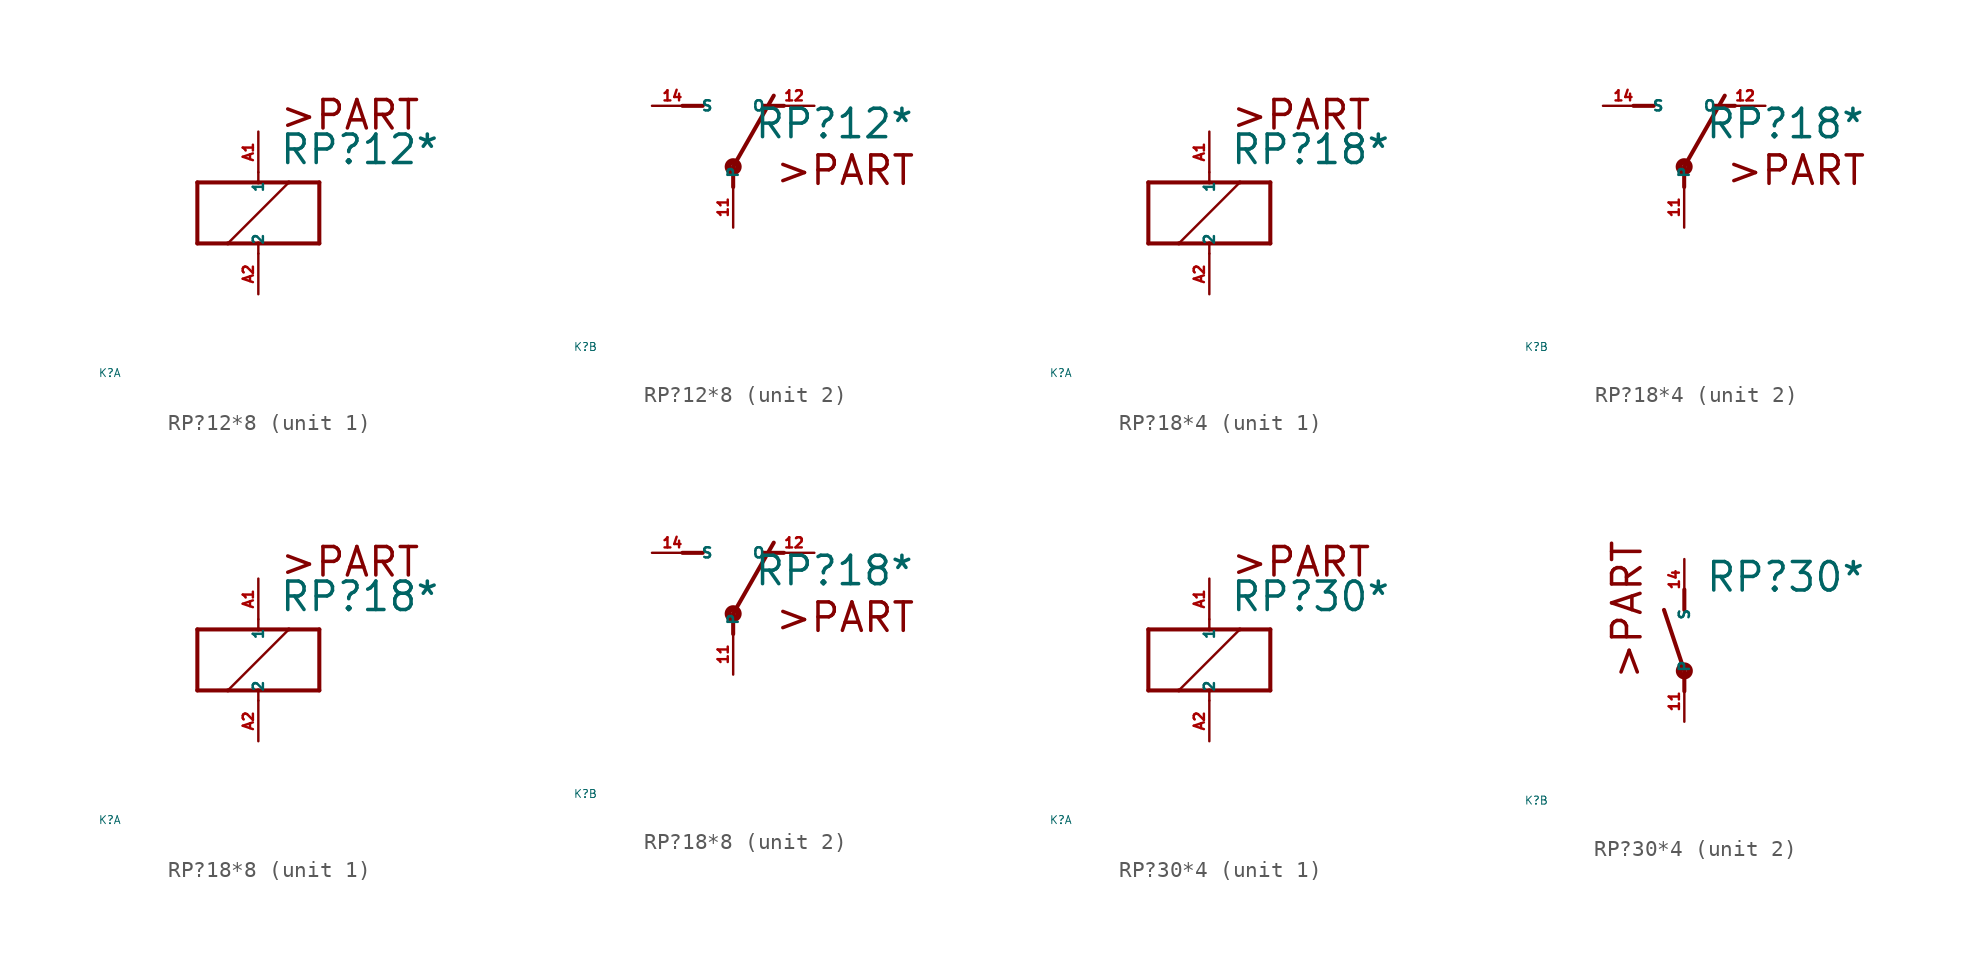
<source format=kicad_sym>
(kicad_symbol_lib
  (version 20220914)
  (generator Eagle2Kicad)
  (symbol "RP?12*8"
    (property "Reference" "K"
      (at -10 -10 0)
      (effects (font (size 0.5 0.5) (thickness 0.06)) (justify left)))
    (property "Value" "RP?12*"
      (at 1.27 2.921 0)
      (effects (font (size 1.778 1.778) (thickness 0.22)) (justify left bottom)))
    (symbol "RP?12*8_1_0"
      (polyline (pts (xy -3.81 -1.905) (xy -1.905 -1.905)) (stroke (width 0.254) (type default)) (fill (type none)))
      (polyline (pts (xy 3.81 -1.905) (xy 3.81 1.905)) (stroke (width 0.254) (type default)) (fill (type none)))
      (polyline (pts (xy 3.81 1.905) (xy 1.905 1.905)) (stroke (width 0.254) (type default)) (fill (type none)))
      (polyline (pts (xy -3.81 1.905) (xy -3.81 -1.905)) (stroke (width 0.254) (type default)) (fill (type none)))
      (polyline (pts (xy 0 -2.54) (xy 0 -1.905)) (stroke (width 0.152) (type default)) (fill (type none)))
      (polyline (pts (xy 0 -1.905) (xy 3.81 -1.905)) (stroke (width 0.254) (type default)) (fill (type none)))
      (polyline (pts (xy 0 2.54) (xy 0 1.905)) (stroke (width 0.152) (type default)) (fill (type none)))
      (polyline (pts (xy 0 1.905) (xy -3.81 1.905)) (stroke (width 0.254) (type default)) (fill (type none)))
      (polyline (pts (xy -1.905 -1.905) (xy 1.905 1.905)) (stroke (width 0.152) (type default)) (fill (type none)))
      (polyline (pts (xy -1.905 -1.905) (xy 0 -1.905)) (stroke (width 0.254) (type default)) (fill (type none)))
      (polyline (pts (xy 1.905 1.905) (xy 0 1.905)) (stroke (width 0.254) (type default)) (fill (type none)))
      (text ">PART" (at 1.27 5.08 0) (effects (font (size 1.778 1.778) (thickness 0.22)) (justify left bottom)))
      (pin passive line (at 0 -5.08 90) (length 2.54) (name "2" (effects (font (size 0.635 0.635) (thickness 0.08)) (justify left bottom))) (number "A2" (effects (font (size 0.635 0.635) (thickness 0.08)) (justify left bottom))))
      (pin passive line (at 0 5.08 270) (length 2.54) (name "1" (effects (font (size 0.635 0.635) (thickness 0.08)) (justify left bottom))) (number "A1" (effects (font (size 0.635 0.635) (thickness 0.08)) (justify left bottom)))))
    (symbol "RP?12*8_2_0"
      (polyline (pts (xy 3.175 5.08) (xy 1.905 5.08)) (stroke (width 0.254) (type default)) (fill (type none)))
      (polyline (pts (xy -3.175 5.08) (xy -1.905 5.08)) (stroke (width 0.254) (type default)) (fill (type none)))
      (polyline (pts (xy 0 1.27) (xy 2.54 5.715)) (stroke (width 0.254) (type default)) (fill (type none)))
      (polyline (pts (xy 0 1.27) (xy 0 0)) (stroke (width 0.254) (type default)) (fill (type none)))
      (text ">PART" (at 2.54 0 0) (effects (font (size 1.778 1.778) (thickness 0.22)) (justify left bottom)))
      (circle (center 0 1.27) (radius 0.127) (stroke (width 0.406) (type default)) (fill (type none)))
      (pin passive line (at 5.08 5.08 180) (length 2.54) (name "O" (effects (font (size 0.635 0.635) (thickness 0.08)) (justify left bottom))) (number "12" (effects (font (size 0.635 0.635) (thickness 0.08)) (justify left bottom))))
      (pin passive line (at -5.08 5.08 0) (length 2.54) (name "S" (effects (font (size 0.635 0.635) (thickness 0.08)) (justify left bottom))) (number "14" (effects (font (size 0.635 0.635) (thickness 0.08)) (justify left bottom))))
      (pin passive line (at 0 -2.54 90) (length 2.54) (name "P" (effects (font (size 0.635 0.635) (thickness 0.08)) (justify left bottom))) (number "11" (effects (font (size 0.635 0.635) (thickness 0.08)) (justify left bottom))))))
  (symbol "RP?18*4"
    (property "Reference" "K"
      (at -10 -10 0)
      (effects (font (size 0.5 0.5) (thickness 0.06)) (justify left)))
    (property "Value" "RP?18*"
      (at 1.27 2.921 0)
      (effects (font (size 1.778 1.778) (thickness 0.22)) (justify left bottom)))
    (symbol "RP?18*4_1_0"
      (polyline (pts (xy -3.81 -1.905) (xy -1.905 -1.905)) (stroke (width 0.254) (type default)) (fill (type none)))
      (polyline (pts (xy 3.81 -1.905) (xy 3.81 1.905)) (stroke (width 0.254) (type default)) (fill (type none)))
      (polyline (pts (xy 3.81 1.905) (xy 1.905 1.905)) (stroke (width 0.254) (type default)) (fill (type none)))
      (polyline (pts (xy -3.81 1.905) (xy -3.81 -1.905)) (stroke (width 0.254) (type default)) (fill (type none)))
      (polyline (pts (xy 0 -2.54) (xy 0 -1.905)) (stroke (width 0.152) (type default)) (fill (type none)))
      (polyline (pts (xy 0 -1.905) (xy 3.81 -1.905)) (stroke (width 0.254) (type default)) (fill (type none)))
      (polyline (pts (xy 0 2.54) (xy 0 1.905)) (stroke (width 0.152) (type default)) (fill (type none)))
      (polyline (pts (xy 0 1.905) (xy -3.81 1.905)) (stroke (width 0.254) (type default)) (fill (type none)))
      (polyline (pts (xy -1.905 -1.905) (xy 1.905 1.905)) (stroke (width 0.152) (type default)) (fill (type none)))
      (polyline (pts (xy -1.905 -1.905) (xy 0 -1.905)) (stroke (width 0.254) (type default)) (fill (type none)))
      (polyline (pts (xy 1.905 1.905) (xy 0 1.905)) (stroke (width 0.254) (type default)) (fill (type none)))
      (text ">PART" (at 1.27 5.08 0) (effects (font (size 1.778 1.778) (thickness 0.22)) (justify left bottom)))
      (pin passive line (at 0 -5.08 90) (length 2.54) (name "2" (effects (font (size 0.635 0.635) (thickness 0.08)) (justify left bottom))) (number "A2" (effects (font (size 0.635 0.635) (thickness 0.08)) (justify left bottom))))
      (pin passive line (at 0 5.08 270) (length 2.54) (name "1" (effects (font (size 0.635 0.635) (thickness 0.08)) (justify left bottom))) (number "A1" (effects (font (size 0.635 0.635) (thickness 0.08)) (justify left bottom)))))
    (symbol "RP?18*4_2_0"
      (polyline (pts (xy 3.175 5.08) (xy 1.905 5.08)) (stroke (width 0.254) (type default)) (fill (type none)))
      (polyline (pts (xy -3.175 5.08) (xy -1.905 5.08)) (stroke (width 0.254) (type default)) (fill (type none)))
      (polyline (pts (xy 0 1.27) (xy 2.54 5.715)) (stroke (width 0.254) (type default)) (fill (type none)))
      (polyline (pts (xy 0 1.27) (xy 0 0)) (stroke (width 0.254) (type default)) (fill (type none)))
      (text ">PART" (at 2.54 0 0) (effects (font (size 1.778 1.778) (thickness 0.22)) (justify left bottom)))
      (circle (center 0 1.27) (radius 0.127) (stroke (width 0.406) (type default)) (fill (type none)))
      (pin passive line (at 5.08 5.08 180) (length 2.54) (name "O" (effects (font (size 0.635 0.635) (thickness 0.08)) (justify left bottom))) (number "12" (effects (font (size 0.635 0.635) (thickness 0.08)) (justify left bottom))))
      (pin passive line (at -5.08 5.08 0) (length 2.54) (name "S" (effects (font (size 0.635 0.635) (thickness 0.08)) (justify left bottom))) (number "14" (effects (font (size 0.635 0.635) (thickness 0.08)) (justify left bottom))))
      (pin passive line (at 0 -2.54 90) (length 2.54) (name "P" (effects (font (size 0.635 0.635) (thickness 0.08)) (justify left bottom))) (number "11" (effects (font (size 0.635 0.635) (thickness 0.08)) (justify left bottom))))))
  (symbol "RP?18*8"
    (property "Reference" "K"
      (at -10 -10 0)
      (effects (font (size 0.5 0.5) (thickness 0.06)) (justify left)))
    (property "Value" "RP?18*"
      (at 1.27 2.921 0)
      (effects (font (size 1.778 1.778) (thickness 0.22)) (justify left bottom)))
    (symbol "RP?18*8_1_0"
      (polyline (pts (xy -3.81 -1.905) (xy -1.905 -1.905)) (stroke (width 0.254) (type default)) (fill (type none)))
      (polyline (pts (xy 3.81 -1.905) (xy 3.81 1.905)) (stroke (width 0.254) (type default)) (fill (type none)))
      (polyline (pts (xy 3.81 1.905) (xy 1.905 1.905)) (stroke (width 0.254) (type default)) (fill (type none)))
      (polyline (pts (xy -3.81 1.905) (xy -3.81 -1.905)) (stroke (width 0.254) (type default)) (fill (type none)))
      (polyline (pts (xy 0 -2.54) (xy 0 -1.905)) (stroke (width 0.152) (type default)) (fill (type none)))
      (polyline (pts (xy 0 -1.905) (xy 3.81 -1.905)) (stroke (width 0.254) (type default)) (fill (type none)))
      (polyline (pts (xy 0 2.54) (xy 0 1.905)) (stroke (width 0.152) (type default)) (fill (type none)))
      (polyline (pts (xy 0 1.905) (xy -3.81 1.905)) (stroke (width 0.254) (type default)) (fill (type none)))
      (polyline (pts (xy -1.905 -1.905) (xy 1.905 1.905)) (stroke (width 0.152) (type default)) (fill (type none)))
      (polyline (pts (xy -1.905 -1.905) (xy 0 -1.905)) (stroke (width 0.254) (type default)) (fill (type none)))
      (polyline (pts (xy 1.905 1.905) (xy 0 1.905)) (stroke (width 0.254) (type default)) (fill (type none)))
      (text ">PART" (at 1.27 5.08 0) (effects (font (size 1.778 1.778) (thickness 0.22)) (justify left bottom)))
      (pin passive line (at 0 -5.08 90) (length 2.54) (name "2" (effects (font (size 0.635 0.635) (thickness 0.08)) (justify left bottom))) (number "A2" (effects (font (size 0.635 0.635) (thickness 0.08)) (justify left bottom))))
      (pin passive line (at 0 5.08 270) (length 2.54) (name "1" (effects (font (size 0.635 0.635) (thickness 0.08)) (justify left bottom))) (number "A1" (effects (font (size 0.635 0.635) (thickness 0.08)) (justify left bottom)))))
    (symbol "RP?18*8_2_0"
      (polyline (pts (xy 3.175 5.08) (xy 1.905 5.08)) (stroke (width 0.254) (type default)) (fill (type none)))
      (polyline (pts (xy -3.175 5.08) (xy -1.905 5.08)) (stroke (width 0.254) (type default)) (fill (type none)))
      (polyline (pts (xy 0 1.27) (xy 2.54 5.715)) (stroke (width 0.254) (type default)) (fill (type none)))
      (polyline (pts (xy 0 1.27) (xy 0 0)) (stroke (width 0.254) (type default)) (fill (type none)))
      (text ">PART" (at 2.54 0 0) (effects (font (size 1.778 1.778) (thickness 0.22)) (justify left bottom)))
      (circle (center 0 1.27) (radius 0.127) (stroke (width 0.406) (type default)) (fill (type none)))
      (pin passive line (at 5.08 5.08 180) (length 2.54) (name "O" (effects (font (size 0.635 0.635) (thickness 0.08)) (justify left bottom))) (number "12" (effects (font (size 0.635 0.635) (thickness 0.08)) (justify left bottom))))
      (pin passive line (at -5.08 5.08 0) (length 2.54) (name "S" (effects (font (size 0.635 0.635) (thickness 0.08)) (justify left bottom))) (number "14" (effects (font (size 0.635 0.635) (thickness 0.08)) (justify left bottom))))
      (pin passive line (at 0 -2.54 90) (length 2.54) (name "P" (effects (font (size 0.635 0.635) (thickness 0.08)) (justify left bottom))) (number "11" (effects (font (size 0.635 0.635) (thickness 0.08)) (justify left bottom))))))
  (symbol "RP?30*4"
    (property "Reference" "K"
      (at -10 -10 0)
      (effects (font (size 0.5 0.5) (thickness 0.06)) (justify left)))
    (property "Value" "RP?30*"
      (at 1.27 2.921 0)
      (effects (font (size 1.778 1.778) (thickness 0.22)) (justify left bottom)))
    (symbol "RP?30*4_1_0"
      (polyline (pts (xy -3.81 -1.905) (xy -1.905 -1.905)) (stroke (width 0.254) (type default)) (fill (type none)))
      (polyline (pts (xy 3.81 -1.905) (xy 3.81 1.905)) (stroke (width 0.254) (type default)) (fill (type none)))
      (polyline (pts (xy 3.81 1.905) (xy 1.905 1.905)) (stroke (width 0.254) (type default)) (fill (type none)))
      (polyline (pts (xy -3.81 1.905) (xy -3.81 -1.905)) (stroke (width 0.254) (type default)) (fill (type none)))
      (polyline (pts (xy 0 -2.54) (xy 0 -1.905)) (stroke (width 0.152) (type default)) (fill (type none)))
      (polyline (pts (xy 0 -1.905) (xy 3.81 -1.905)) (stroke (width 0.254) (type default)) (fill (type none)))
      (polyline (pts (xy 0 2.54) (xy 0 1.905)) (stroke (width 0.152) (type default)) (fill (type none)))
      (polyline (pts (xy 0 1.905) (xy -3.81 1.905)) (stroke (width 0.254) (type default)) (fill (type none)))
      (polyline (pts (xy -1.905 -1.905) (xy 1.905 1.905)) (stroke (width 0.152) (type default)) (fill (type none)))
      (polyline (pts (xy -1.905 -1.905) (xy 0 -1.905)) (stroke (width 0.254) (type default)) (fill (type none)))
      (polyline (pts (xy 1.905 1.905) (xy 0 1.905)) (stroke (width 0.254) (type default)) (fill (type none)))
      (text ">PART" (at 1.27 5.08 0) (effects (font (size 1.778 1.778) (thickness 0.22)) (justify left bottom)))
      (pin passive line (at 0 -5.08 90) (length 2.54) (name "2" (effects (font (size 0.635 0.635) (thickness 0.08)) (justify left bottom))) (number "A2" (effects (font (size 0.635 0.635) (thickness 0.08)) (justify left bottom))))
      (pin passive line (at 0 5.08 270) (length 2.54) (name "1" (effects (font (size 0.635 0.635) (thickness 0.08)) (justify left bottom))) (number "A1" (effects (font (size 0.635 0.635) (thickness 0.08)) (justify left bottom)))))
    (symbol "RP?30*4_2_0"
      (polyline (pts (xy 0 3.175) (xy 0 1.905)) (stroke (width 0.254) (type default)) (fill (type none)))
      (polyline (pts (xy 0 -3.175) (xy 0 -1.905)) (stroke (width 0.254) (type default)) (fill (type none)))
      (polyline (pts (xy 0 -1.905) (xy -1.27 1.905)) (stroke (width 0.254) (type default)) (fill (type none)))
      (text ">PART" (at -2.54 -2.54 900) (effects (font (size 1.778 1.778) (thickness 0.22)) (justify left bottom)))
      (circle (center 0 -1.905) (radius 0.127) (stroke (width 0.406) (type default)) (fill (type none)))
      (pin passive line (at 0 -5.08 90) (length 2.54) (name "P" (effects (font (size 0.635 0.635) (thickness 0.08)) (justify left bottom))) (number "11" (effects (font (size 0.635 0.635) (thickness 0.08)) (justify left bottom))))
      (pin passive line (at 0 5.08 270) (length 2.54) (name "S" (effects (font (size 0.635 0.635) (thickness 0.08)) (justify left bottom))) (number "14" (effects (font (size 0.635 0.635) (thickness 0.08)) (justify left bottom)))))))
</source>
